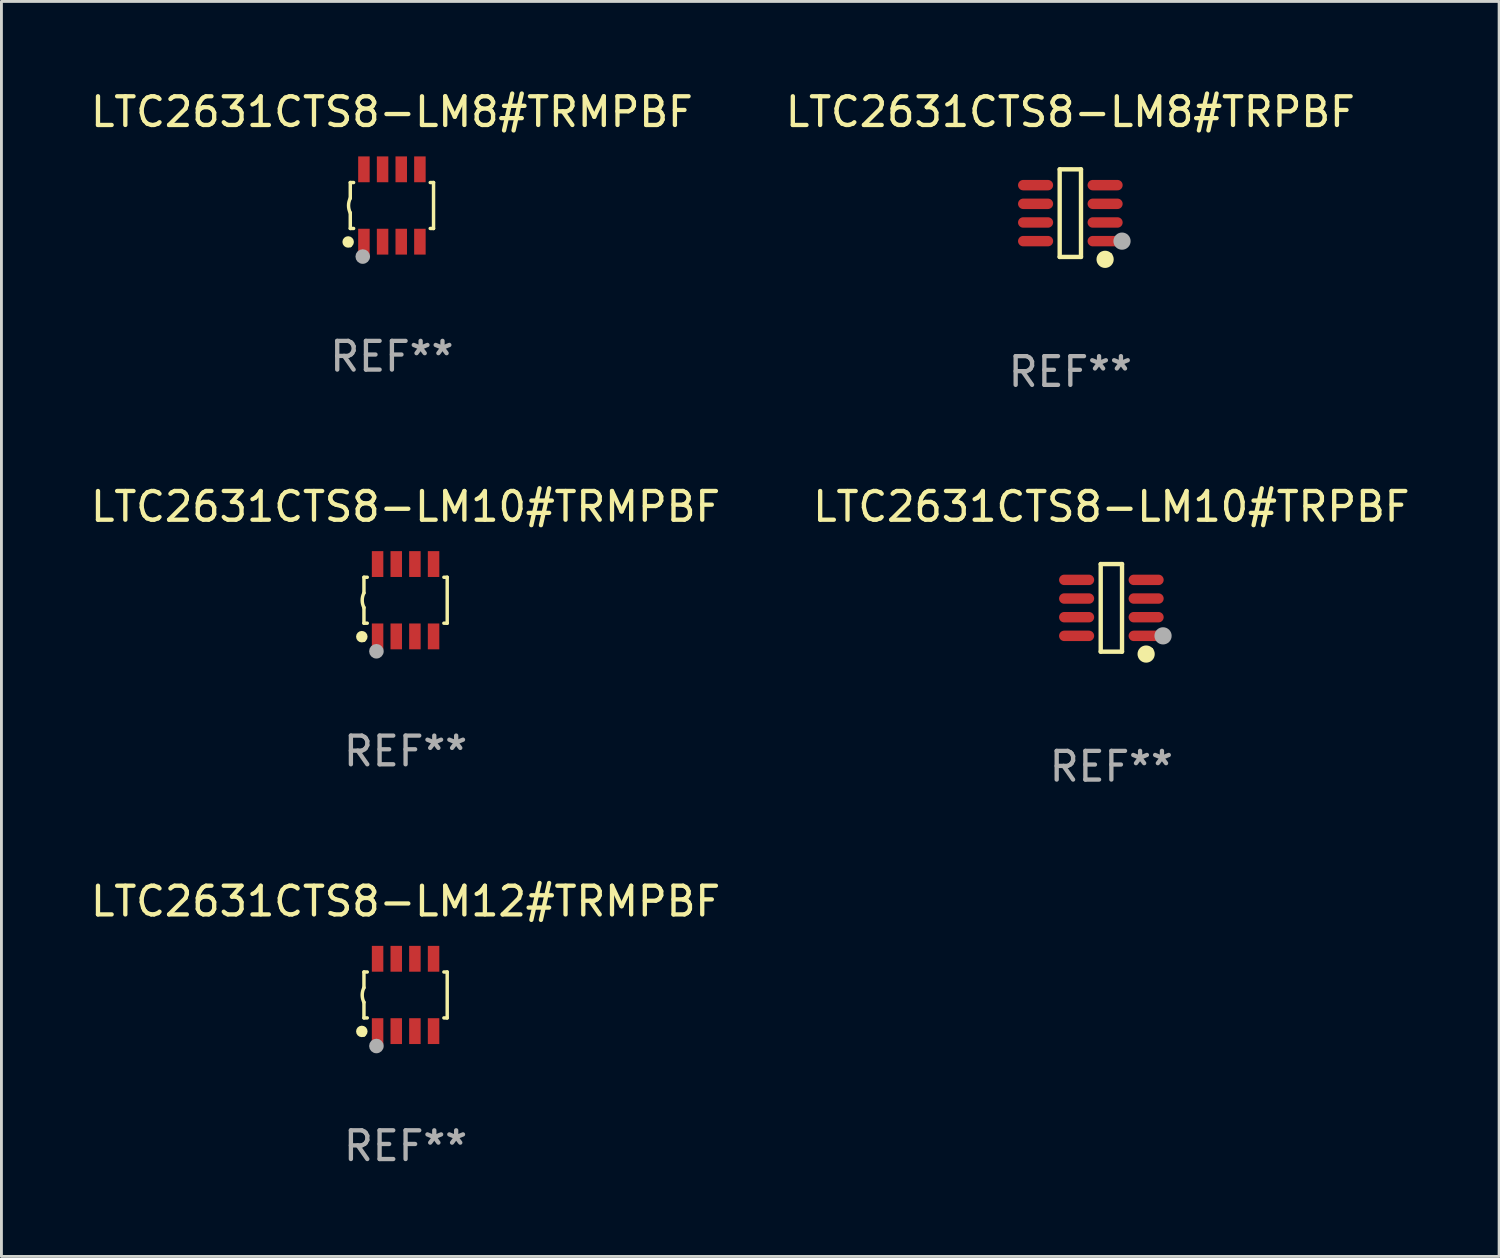
<source format=kicad_pcb>
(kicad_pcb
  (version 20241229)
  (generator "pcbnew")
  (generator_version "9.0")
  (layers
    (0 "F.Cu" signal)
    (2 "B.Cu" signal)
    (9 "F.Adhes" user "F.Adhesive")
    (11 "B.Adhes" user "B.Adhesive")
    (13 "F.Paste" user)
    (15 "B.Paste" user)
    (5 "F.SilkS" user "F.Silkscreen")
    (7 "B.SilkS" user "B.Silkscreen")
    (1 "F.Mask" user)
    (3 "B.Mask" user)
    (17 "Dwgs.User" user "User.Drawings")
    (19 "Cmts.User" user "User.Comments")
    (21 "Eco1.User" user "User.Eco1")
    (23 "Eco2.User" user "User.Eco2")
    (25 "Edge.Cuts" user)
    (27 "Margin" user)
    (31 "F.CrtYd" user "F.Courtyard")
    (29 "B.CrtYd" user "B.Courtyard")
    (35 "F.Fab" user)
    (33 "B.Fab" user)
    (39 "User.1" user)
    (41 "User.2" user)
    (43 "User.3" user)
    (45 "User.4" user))
  (footprint "LTC2631CTS8-LM12#TRMPBF"
    (layer "F.Cu")
    (at 11.077 31.606)
    (property "Reference" "LTC2631CTS8-LM12#TRMPBF" (at 0 -3.26 0) (layer "F.SilkS") (effects (font (size 1 1) (thickness 0.15))))
    (attr through_hole)
    (fp_line (start -1.45 -0.8) (end -1.45 -0.254) (stroke (width 0.12) (type solid)) (layer "F.SilkS"))
    (fp_line (start -1.45 -0.8) (end -1.334 -0.8) (stroke (width 0.12) (type solid)) (layer "F.SilkS"))
    (fp_line (start -1.45 0.8) (end -1.45 0.254) (stroke (width 0.12) (type solid)) (layer "F.SilkS"))
    (fp_line (start -1.45 0.8) (end -1.334 0.8) (stroke (width 0.12) (type solid)) (layer "F.SilkS"))
    (fp_line (start 1.334 -0.8) (end 1.45 -0.8) (stroke (width 0.12) (type solid)) (layer "F.SilkS"))
    (fp_line (start 1.334 0.8) (end 1.45 0.8) (stroke (width 0.12) (type solid)) (layer "F.SilkS"))
    (fp_line (start 1.45 0.8) (end 1.45 -0.8) (stroke (width 0.12) (type solid)) (layer "F.SilkS"))
    (fp_arc (start -1.45075 0.255144) (mid -1.510605 0.000434) (end -1.450013 -0.254102) (stroke (width 0.11999) (type solid)) (layer "F.SilkS"))
    (fp_circle (center -1.524 1.27) (end -1.424 1.27) (stroke (width 0.2) (type solid)) (fill no) (layer "F.SilkS"))
    (fp_circle (center -1.45 1.4) (end -1.42 1.4) (stroke (width 0.06) (type solid)) (fill no) (layer "F.SilkS"))
    (fp_circle (center -1.016 1.778) (end -0.889 1.778) (stroke (width 0.254) (type solid)) (fill no) (layer "F.Fab"))
    (fp_text user "REF**" (at 0 5.26 0) (layer "F.Fab") (effects (font (size 1 1) (thickness 0.15))))
    (pad "1" smd rect (at -0.975 1.26) (size 0.4 0.9) (layers "F.Cu" "F.Mask" "F.Paste"))
    (pad "2" smd rect (at -0.325 1.26) (size 0.4 0.9) (layers "F.Cu" "F.Mask" "F.Paste"))
    (pad "3" smd rect (at 0.325 1.26) (size 0.4 0.9) (layers "F.Cu" "F.Mask" "F.Paste"))
    (pad "4" smd rect (at 0.975 1.26) (size 0.4 0.9) (layers "F.Cu" "F.Mask" "F.Paste"))
    (pad "5" smd rect (at 0.975 -1.26) (size 0.4 0.9) (layers "F.Cu" "F.Mask" "F.Paste"))
    (pad "6" smd rect (at 0.325 -1.26) (size 0.4 0.9) (layers "F.Cu" "F.Mask" "F.Paste"))
    (pad "7" smd rect (at -0.325 -1.26) (size 0.4 0.9) (layers "F.Cu" "F.Mask" "F.Paste"))
    (pad "8" smd rect (at -0.975 -1.26) (size 0.4 0.9) (layers "F.Cu" "F.Mask" "F.Paste")))
  (footprint "LTC2631CTS8-LM10#TRMPBF"
    (layer "F.Cu")
    (at 11.077 17.857)
    (property "Reference" "LTC2631CTS8-LM10#TRMPBF" (at 0 -3.26 0) (layer "F.SilkS") (effects (font (size 1 1) (thickness 0.15))))
    (attr through_hole)
    (fp_line (start -1.45 -0.8) (end -1.45 -0.254) (stroke (width 0.12) (type solid)) (layer "F.SilkS"))
    (fp_line (start -1.45 -0.8) (end -1.334 -0.8) (stroke (width 0.12) (type solid)) (layer "F.SilkS"))
    (fp_line (start -1.45 0.8) (end -1.45 0.254) (stroke (width 0.12) (type solid)) (layer "F.SilkS"))
    (fp_line (start -1.45 0.8) (end -1.334 0.8) (stroke (width 0.12) (type solid)) (layer "F.SilkS"))
    (fp_line (start 1.334 -0.8) (end 1.45 -0.8) (stroke (width 0.12) (type solid)) (layer "F.SilkS"))
    (fp_line (start 1.334 0.8) (end 1.45 0.8) (stroke (width 0.12) (type solid)) (layer "F.SilkS"))
    (fp_line (start 1.45 0.8) (end 1.45 -0.8) (stroke (width 0.12) (type solid)) (layer "F.SilkS"))
    (fp_arc (start -1.45075 0.255144) (mid -1.510605 0.000434) (end -1.450013 -0.254102) (stroke (width 0.11999) (type solid)) (layer "F.SilkS"))
    (fp_circle (center -1.524 1.27) (end -1.424 1.27) (stroke (width 0.2) (type solid)) (fill no) (layer "F.SilkS"))
    (fp_circle (center -1.45 1.4) (end -1.42 1.4) (stroke (width 0.06) (type solid)) (fill no) (layer "F.SilkS"))
    (fp_circle (center -1.016 1.778) (end -0.889 1.778) (stroke (width 0.254) (type solid)) (fill no) (layer "F.Fab"))
    (fp_text user "REF**" (at 0 5.26 0) (layer "F.Fab") (effects (font (size 1 1) (thickness 0.15))))
    (pad "1" smd rect (at -0.975 1.26) (size 0.4 0.9) (layers "F.Cu" "F.Mask" "F.Paste"))
    (pad "2" smd rect (at -0.325 1.26) (size 0.4 0.9) (layers "F.Cu" "F.Mask" "F.Paste"))
    (pad "3" smd rect (at 0.325 1.26) (size 0.4 0.9) (layers "F.Cu" "F.Mask" "F.Paste"))
    (pad "4" smd rect (at 0.975 1.26) (size 0.4 0.9) (layers "F.Cu" "F.Mask" "F.Paste"))
    (pad "5" smd rect (at 0.975 -1.26) (size 0.4 0.9) (layers "F.Cu" "F.Mask" "F.Paste"))
    (pad "6" smd rect (at 0.325 -1.26) (size 0.4 0.9) (layers "F.Cu" "F.Mask" "F.Paste"))
    (pad "7" smd rect (at -0.325 -1.26) (size 0.4 0.9) (layers "F.Cu" "F.Mask" "F.Paste"))
    (pad "8" smd rect (at -0.975 -1.26) (size 0.4 0.9) (layers "F.Cu" "F.Mask" "F.Paste")))
  (footprint "LTC2631CTS8-LM8#TRPBF"
    (layer "F.Cu")
    (at 34.232 4.374)
    (property "Reference" "LTC2631CTS8-LM8#TRPBF" (at 0 -3.526 0) (layer "F.SilkS") (effects (font (size 1 1) (thickness 0.15))))
    (attr through_hole)
    (fp_line (start -0.371 -1.526) (end 0.371 -1.526) (stroke (width 0.152) (type solid)) (layer "F.SilkS"))
    (fp_line (start -0.371 1.526) (end -0.371 -1.526) (stroke (width 0.152) (type solid)) (layer "F.SilkS"))
    (fp_line (start 0.371 -1.526) (end 0.371 1.526) (stroke (width 0.152) (type solid)) (layer "F.SilkS"))
    (fp_line (start 0.371 1.526) (end -0.371 1.526) (stroke (width 0.152) (type solid)) (layer "F.SilkS"))
    (fp_circle (center 1.211 1.609) (end 1.361 1.609) (stroke (width 0.3) (type solid)) (fill no) (layer "F.SilkS"))
    (fp_circle (center 1.4 1.45) (end 1.43 1.45) (stroke (width 0.06) (type solid)) (fill no) (layer "F.SilkS"))
    (fp_circle (center 1.8 0.975) (end 1.95 0.975) (stroke (width 0.3) (type solid)) (fill no) (layer "F.Fab"))
    (fp_text user "REF**" (at 0 5.526 0) (layer "F.Fab") (effects (font (size 1 1) (thickness 0.15))))
    (pad "1" smd oval (at 1.211 0.975) (size 1.222 0.364) (layers "F.Cu" "F.Mask" "F.Paste"))
    (pad "2" smd oval (at 1.211 0.325) (size 1.222 0.364) (layers "F.Cu" "F.Mask" "F.Paste"))
    (pad "3" smd oval (at 1.211 -0.325) (size 1.222 0.364) (layers "F.Cu" "F.Mask" "F.Paste"))
    (pad "4" smd oval (at 1.211 -0.975) (size 1.222 0.364) (layers "F.Cu" "F.Mask" "F.Paste"))
    (pad "5" smd oval (at -1.211 -0.975) (size 1.222 0.364) (layers "F.Cu" "F.Mask" "F.Paste"))
    (pad "6" smd oval (at -1.211 -0.325) (size 1.222 0.364) (layers "F.Cu" "F.Mask" "F.Paste"))
    (pad "7" smd oval (at -1.211 0.325) (size 1.222 0.364) (layers "F.Cu" "F.Mask" "F.Paste"))
    (pad "8" smd oval (at -1.211 0.975) (size 1.222 0.364) (layers "F.Cu" "F.Mask" "F.Paste")))
  (footprint "LTC2631CTS8-LM8#TRMPBF"
    (layer "F.Cu")
    (at 10.601 4.108)
    (property "Reference" "LTC2631CTS8-LM8#TRMPBF" (at 0 -3.26 0) (layer "F.SilkS") (effects (font (size 1 1) (thickness 0.15))))
    (attr through_hole)
    (fp_line (start -1.45 -0.8) (end -1.45 -0.254) (stroke (width 0.12) (type solid)) (layer "F.SilkS"))
    (fp_line (start -1.45 -0.8) (end -1.334 -0.8) (stroke (width 0.12) (type solid)) (layer "F.SilkS"))
    (fp_line (start -1.45 0.8) (end -1.45 0.254) (stroke (width 0.12) (type solid)) (layer "F.SilkS"))
    (fp_line (start -1.45 0.8) (end -1.334 0.8) (stroke (width 0.12) (type solid)) (layer "F.SilkS"))
    (fp_line (start 1.334 -0.8) (end 1.45 -0.8) (stroke (width 0.12) (type solid)) (layer "F.SilkS"))
    (fp_line (start 1.334 0.8) (end 1.45 0.8) (stroke (width 0.12) (type solid)) (layer "F.SilkS"))
    (fp_line (start 1.45 0.8) (end 1.45 -0.8) (stroke (width 0.12) (type solid)) (layer "F.SilkS"))
    (fp_arc (start -1.45075 0.255144) (mid -1.510605 0.000434) (end -1.450013 -0.254102) (stroke (width 0.11999) (type solid)) (layer "F.SilkS"))
    (fp_circle (center -1.524 1.27) (end -1.424 1.27) (stroke (width 0.2) (type solid)) (fill no) (layer "F.SilkS"))
    (fp_circle (center -1.45 1.4) (end -1.42 1.4) (stroke (width 0.06) (type solid)) (fill no) (layer "F.SilkS"))
    (fp_circle (center -1.016 1.778) (end -0.889 1.778) (stroke (width 0.254) (type solid)) (fill no) (layer "F.Fab"))
    (fp_text user "REF**" (at 0 5.26 0) (layer "F.Fab") (effects (font (size 1 1) (thickness 0.15))))
    (pad "1" smd rect (at -0.975 1.26) (size 0.4 0.9) (layers "F.Cu" "F.Mask" "F.Paste"))
    (pad "2" smd rect (at -0.325 1.26) (size 0.4 0.9) (layers "F.Cu" "F.Mask" "F.Paste"))
    (pad "3" smd rect (at 0.325 1.26) (size 0.4 0.9) (layers "F.Cu" "F.Mask" "F.Paste"))
    (pad "4" smd rect (at 0.975 1.26) (size 0.4 0.9) (layers "F.Cu" "F.Mask" "F.Paste"))
    (pad "5" smd rect (at 0.975 -1.26) (size 0.4 0.9) (layers "F.Cu" "F.Mask" "F.Paste"))
    (pad "6" smd rect (at 0.325 -1.26) (size 0.4 0.9) (layers "F.Cu" "F.Mask" "F.Paste"))
    (pad "7" smd rect (at -0.325 -1.26) (size 0.4 0.9) (layers "F.Cu" "F.Mask" "F.Paste"))
    (pad "8" smd rect (at -0.975 -1.26) (size 0.4 0.9) (layers "F.Cu" "F.Mask" "F.Paste")))
  (footprint "LTC2631CTS8-LM10#TRPBF"
    (layer "F.Cu")
    (at 35.661 18.123)
    (property "Reference" "LTC2631CTS8-LM10#TRPBF" (at 0 -3.526 0) (layer "F.SilkS") (effects (font (size 1 1) (thickness 0.15))))
    (attr through_hole)
    (fp_line (start -0.371 -1.526) (end 0.371 -1.526) (stroke (width 0.152) (type solid)) (layer "F.SilkS"))
    (fp_line (start -0.371 1.526) (end -0.371 -1.526) (stroke (width 0.152) (type solid)) (layer "F.SilkS"))
    (fp_line (start 0.371 -1.526) (end 0.371 1.526) (stroke (width 0.152) (type solid)) (layer "F.SilkS"))
    (fp_line (start 0.371 1.526) (end -0.371 1.526) (stroke (width 0.152) (type solid)) (layer "F.SilkS"))
    (fp_circle (center 1.211 1.609) (end 1.361 1.609) (stroke (width 0.3) (type solid)) (fill no) (layer "F.SilkS"))
    (fp_circle (center 1.4 1.45) (end 1.43 1.45) (stroke (width 0.06) (type solid)) (fill no) (layer "F.SilkS"))
    (fp_circle (center 1.8 0.975) (end 1.95 0.975) (stroke (width 0.3) (type solid)) (fill no) (layer "F.Fab"))
    (fp_text user "REF**" (at 0 5.526 0) (layer "F.Fab") (effects (font (size 1 1) (thickness 0.15))))
    (pad "1" smd oval (at 1.211 0.975) (size 1.222 0.364) (layers "F.Cu" "F.Mask" "F.Paste"))
    (pad "2" smd oval (at 1.211 0.325) (size 1.222 0.364) (layers "F.Cu" "F.Mask" "F.Paste"))
    (pad "3" smd oval (at 1.211 -0.325) (size 1.222 0.364) (layers "F.Cu" "F.Mask" "F.Paste"))
    (pad "4" smd oval (at 1.211 -0.975) (size 1.222 0.364) (layers "F.Cu" "F.Mask" "F.Paste"))
    (pad "5" smd oval (at -1.211 -0.975) (size 1.222 0.364) (layers "F.Cu" "F.Mask" "F.Paste"))
    (pad "6" smd oval (at -1.211 -0.325) (size 1.222 0.364) (layers "F.Cu" "F.Mask" "F.Paste"))
    (pad "7" smd oval (at -1.211 0.325) (size 1.222 0.364) (layers "F.Cu" "F.Mask" "F.Paste"))
    (pad "8" smd oval (at -1.211 0.975) (size 1.222 0.364) (layers "F.Cu" "F.Mask" "F.Paste")))
  (gr_rect
    (start -3 -3)
    (end 49.167 40.714)
    (stroke (width 0.1) (type default))
    (fill no)
    (layer "Edge.Cuts")))
</source>
